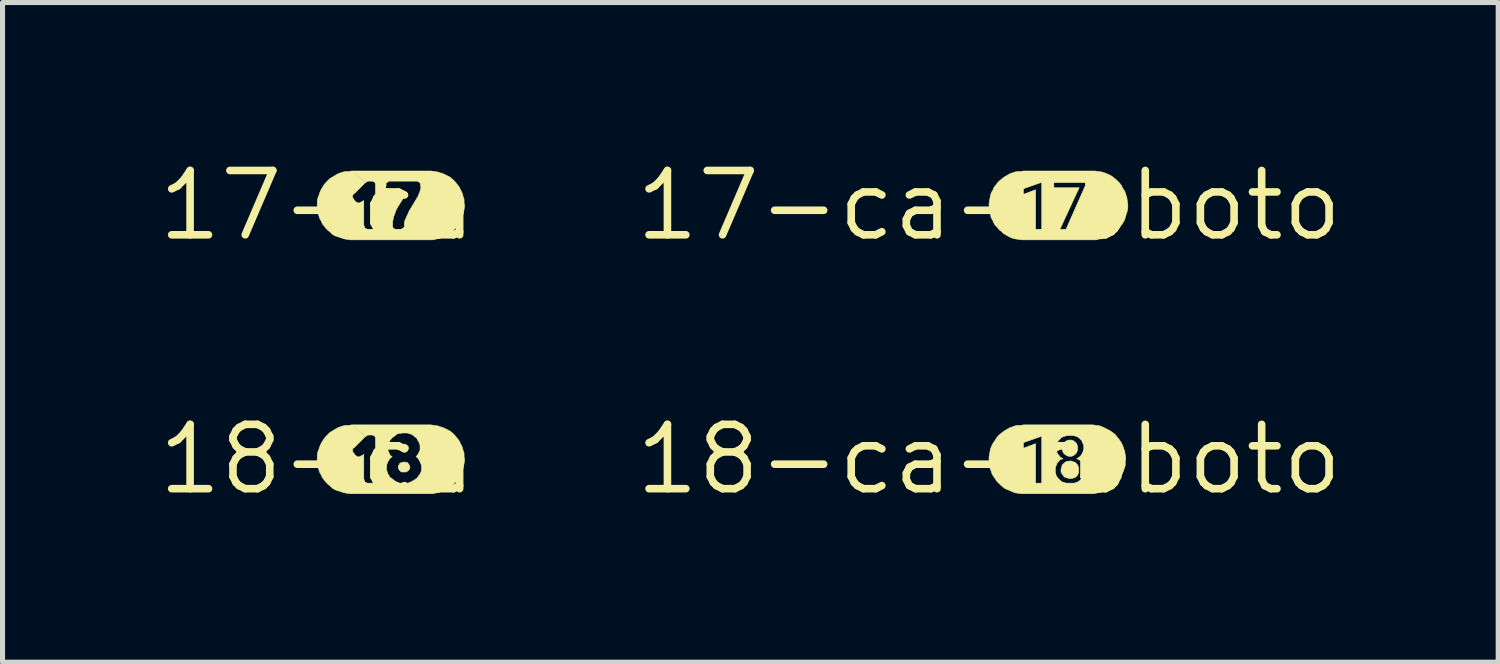
<source format=kicad_pcb>
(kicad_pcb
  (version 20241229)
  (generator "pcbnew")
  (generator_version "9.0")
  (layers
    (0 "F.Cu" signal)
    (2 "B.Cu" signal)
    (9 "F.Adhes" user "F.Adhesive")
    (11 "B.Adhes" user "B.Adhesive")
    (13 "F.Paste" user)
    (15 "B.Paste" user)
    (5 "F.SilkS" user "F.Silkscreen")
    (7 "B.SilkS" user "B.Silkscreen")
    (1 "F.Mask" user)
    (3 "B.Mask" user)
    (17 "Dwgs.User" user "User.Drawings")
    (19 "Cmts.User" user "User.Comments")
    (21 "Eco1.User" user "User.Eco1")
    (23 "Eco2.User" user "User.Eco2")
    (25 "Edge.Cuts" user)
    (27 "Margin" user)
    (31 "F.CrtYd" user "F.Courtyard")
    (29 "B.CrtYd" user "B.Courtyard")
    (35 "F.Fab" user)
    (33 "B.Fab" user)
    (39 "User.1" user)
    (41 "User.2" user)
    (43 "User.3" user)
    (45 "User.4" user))
  (footprint "18-ca-roboto"
    (layer "F.Cu")
    (at 16.478 6.019)
    (property "Reference" "18-ca-roboto" (at 0 0 0) (layer "F.SilkS") (effects (font (size 1.27 1.27) (thickness 0.15))))
    (attr board_only exclude_from_pos_files exclude_from_bom)
    (fp_poly (pts (xy 1.6 -0.38) (xy 1.57 -0.38) (xy 1.54 -0.37) (xy 1.51 -0.35) (xy 1.49 -0.34) (xy 1.47 -0.31) (xy 1.45 -0.29) (xy 1.45 -0.26) (xy 1.44 -0.22) (xy 1.45 -0.19) (xy 1.45 -0.16) (xy 1.47 -0.13) (xy 1.48 -0.11) (xy 1.51 -0.09) (xy 1.54 -0.07) (xy 1.57 -0.06) (xy 1.6 -0.06) (xy 1.63 -0.06) (xy 1.66 -0.07) (xy 1.69 -0.09) (xy 1.71 -0.11) (xy 1.73 -0.13) (xy 1.74 -0.16) (xy 1.75 -0.19) (xy 1.75 -0.22) (xy 1.75 -0.25) (xy 1.74 -0.28) (xy 1.73 -0.31) (xy 1.71 -0.33) (xy 1.69 -0.35) (xy 1.66 -0.37) (xy 1.63 -0.38) (xy 1.6 -0.38)) (stroke (width 0.01) (type solid)) (fill yes) (layer "F.SilkS"))
    (fp_poly (pts (xy 1.77 0.21) (xy 1.77 0.17) (xy 1.76 0.14) (xy 1.75 0.11) (xy 1.73 0.09) (xy 1.7 0.06) (xy 1.67 0.05) (xy 1.64 0.04) (xy 1.6 0.03) (xy 1.57 0.04) (xy 1.53 0.04) (xy 1.5 0.06) (xy 1.48 0.08) (xy 1.45 0.1) (xy 1.44 0.13) (xy 1.43 0.16) (xy 1.42 0.2) (xy 1.42 0.24) (xy 1.43 0.27) (xy 1.45 0.3) (xy 1.47 0.33) (xy 1.49 0.35) (xy 1.52 0.36) (xy 1.55 0.37) (xy 1.59 0.38) (xy 1.63 0.38) (xy 1.66 0.37) (xy 1.7 0.36) (xy 1.72 0.34) (xy 1.75 0.31) (xy 1.76 0.28) (xy 1.77 0.25) (xy 1.77 0.21)) (stroke (width 0.01) (type solid)) (fill yes) (layer "F.SilkS"))
    (fp_poly (pts (xy 0.68 -0.68) (xy 0.62 -0.67) (xy 0.56 -0.67) (xy 0.51 -0.66) (xy 0.46 -0.64) (xy 0.4 -0.62) (xy 0.35 -0.59) (xy 0.3 -0.56) (xy 0.26 -0.53) (xy 0.21 -0.49) (xy 0.17 -0.45) (xy 0.14 -0.41) (xy 0.11 -0.36) (xy 0.08 -0.32) (xy 0.05 -0.26) (xy 0.03 -0.21) (xy 0.02 -0.16) (xy 0.01 -0.1) (xy 0 -0.05) (xy 0 0.01) (xy 0 0.07) (xy 0.01 0.12) (xy 0.02 0.18) (xy 0.04 0.23) (xy 0.06 0.29) (xy 0.09 0.34) (xy 0.12 0.38) (xy 0.15 0.43) (xy 0.19 0.47) (xy 0.23 0.51) (xy 0.28 0.55) (xy 0.32 0.58) (xy 0.37 0.6) (xy 0.44 0.63) (xy 0.51 0.66) (xy 0.58 0.67) (xy 0.65 0.68) (xy 0.92 0.47) (xy 0.92 -0.31) (xy 0.68 -0.22) (xy 0.68 -0.33) (xy 1.02 -0.45) (xy 1.04 -0.45) (xy 1.04 0.47) (xy 1.34 0.34) (xy 1.32 0.31) (xy 1.32 0.29) (xy 1.31 0.26) (xy 1.31 0.23) (xy 1.31 0.19) (xy 1.31 0.15) (xy 1.33 0.12) (xy 1.34 0.08) (xy 1.37 0.05) (xy 1.39 0.02) (xy 1.42 0) (xy 1.46 -0.01) (xy 1.43 -0.03) (xy 1.41 -0.04) (xy 1.39 -0.06) (xy 1.38 -0.08) (xy 1.36 -0.1) (xy 1.35 -0.12) (xy 1.34 -0.14) (xy 1.33 -0.17) (xy 1.33 -0.19) (xy 1.33 -0.22) (xy 1.33 -0.25) (xy 1.33 -0.28) (xy 1.34 -0.3) (xy 1.35 -0.33) (xy 1.36 -0.35) (xy 1.37 -0.37) (xy 1.4 -0.4) (xy 1.43 -0.43) (xy 1.47 -0.45) (xy 1.51 -0.46) (xy 1.55 -0.47) (xy 1.6 -0.47) (xy 1.65 -0.47) (xy 1.7 -0.46) (xy 1.73 -0.45) (xy 1.77 -0.43) (xy 1.8 -0.4) (xy 1.83 -0.37) (xy 1.84 -0.34) (xy 1.86 -0.3) (xy 1.87 -0.27) (xy 1.87 -0.22) (xy 1.87 -0.19) (xy 1.86 -0.16) (xy 1.85 -0.13) (xy 1.84 -0.11) (xy 1.82 -0.08) (xy 1.79 -0.05) (xy 1.76 -0.03) (xy 1.73 -0.01) (xy 1.76 0) (xy 1.78 0.01) (xy 1.81 0.03) (xy 1.83 0.04) (xy 1.84 0.07) (xy 1.86 0.09) (xy 1.87 0.11) (xy 1.88 0.14) (xy 1.89 0.17) (xy 1.89 0.2) (xy 1.89 0.23) (xy 1.89 0.26) (xy 1.88 0.29) (xy 1.87 0.32) (xy 1.86 0.34) (xy 1.84 0.36) (xy 1.83 0.38) (xy 1.81 0.4) (xy 1.79 0.42) (xy 1.76 0.44) (xy 1.74 0.45) (xy 1.71 0.46) (xy 1.68 0.47) (xy 1.65 0.47) (xy 1.62 0.47) (xy 1.58 0.47) (xy 1.55 0.47) (xy 1.52 0.47) (xy 1.49 0.46) (xy 1.46 0.45) (xy 1.43 0.44) (xy 1.41 0.42) (xy 1.39 0.4) (xy 1.37 0.38) (xy 1.35 0.36) (xy 1.34 0.34) (xy 1.04 0.47) (xy 0.92 0.47) (xy 0.65 0.68) (xy 2.02 0.68) (xy 2.06 0.68) (xy 2.11 0.67) (xy 2.15 0.66) (xy 2.19 0.66) (xy 2.23 0.64) (xy 2.27 0.63) (xy 2.3 0.61) (xy 2.34 0.6) (xy 2.38 0.57) (xy 2.41 0.55) (xy 2.44 0.53) (xy 2.47 0.5) (xy 2.5 0.47) (xy 2.53 0.44) (xy 2.56 0.41) (xy 2.58 0.38) (xy 2.6 0.34) (xy 2.62 0.31) (xy 2.65 0.24) (xy 2.67 0.18) (xy 2.69 0.12) (xy 2.69 0.05) (xy 2.7 -0.02) (xy 2.69 -0.08) (xy 2.68 -0.15) (xy 2.66 -0.21) (xy 2.64 -0.27) (xy 2.61 -0.33) (xy 2.57 -0.39) (xy 2.53 -0.44) (xy 2.49 -0.49) (xy 2.44 -0.53) (xy 2.38 -0.57) (xy 2.32 -0.6) (xy 2.26 -0.63) (xy 2.19 -0.66) (xy 2.12 -0.67) (xy 2.05 -0.68) (xy 0.68 -0.68)) (stroke (width 0.01) (type solid)) (fill yes) (layer "F.SilkS")))
  (footprint "17-ca-roboto"
    (layer "F.Cu")
    (at 16.478 1.006)
    (property "Reference" "17-ca-roboto" (at 0 0 0) (layer "F.SilkS") (effects (font (size 1.27 1.27) (thickness 0.15))))
    (attr board_only exclude_from_pos_files exclude_from_bom)
    (fp_poly (pts (xy 0.68 -0.68) (xy 0.62 -0.67) (xy 0.56 -0.67) (xy 0.51 -0.66) (xy 0.45 -0.64) (xy 0.4 -0.62) (xy 0.35 -0.59) (xy 0.3 -0.56) (xy 0.26 -0.53) (xy 0.21 -0.49) (xy 0.17 -0.45) (xy 0.14 -0.41) (xy 0.1 -0.36) (xy 0.08 -0.31) (xy 0.05 -0.26) (xy 0.03 -0.21) (xy 0.02 -0.15) (xy 0.01 -0.1) (xy 0 -0.04) (xy 0 0.02) (xy 0 0.07) (xy 0.01 0.13) (xy 0.03 0.18) (xy 0.04 0.24) (xy 0.07 0.29) (xy 0.09 0.34) (xy 0.12 0.39) (xy 0.16 0.43) (xy 0.2 0.48) (xy 0.24 0.51) (xy 0.28 0.55) (xy 0.33 0.58) (xy 0.38 0.61) (xy 0.44 0.64) (xy 0.51 0.66) (xy 0.58 0.67) (xy 0.65 0.68) (xy 0.92 0.47) (xy 0.92 -0.31) (xy 0.68 -0.22) (xy 0.68 -0.33) (xy 1.02 -0.45) (xy 1.04 -0.45) (xy 1.28 -0.45) (xy 1.9 -0.45) (xy 1.9 -0.39) (xy 1.52 0.47) (xy 1.4 0.47) (xy 1.78 -0.35) (xy 1.28 -0.35) (xy 1.28 -0.45) (xy 1.04 -0.45) (xy 1.04 0.47) (xy 0.92 0.47) (xy 0.65 0.68) (xy 2.06 0.68) (xy 2.11 0.68) (xy 2.15 0.67) (xy 2.19 0.66) (xy 2.23 0.66) (xy 2.27 0.64) (xy 2.31 0.63) (xy 2.35 0.61) (xy 2.39 0.59) (xy 2.42 0.57) (xy 2.46 0.55) (xy 2.49 0.52) (xy 2.52 0.5) (xy 2.55 0.47) (xy 2.58 0.44) (xy 2.6 0.4) (xy 2.63 0.37) (xy 2.65 0.33) (xy 2.67 0.3) (xy 2.69 0.24) (xy 2.71 0.17) (xy 2.73 0.11) (xy 2.74 0.04) (xy 2.74 -0.02) (xy 2.73 -0.09) (xy 2.72 -0.16) (xy 2.7 -0.22) (xy 2.68 -0.28) (xy 2.64 -0.34) (xy 2.61 -0.4) (xy 2.57 -0.45) (xy 2.52 -0.5) (xy 2.47 -0.54) (xy 2.42 -0.58) (xy 2.36 -0.61) (xy 2.29 -0.64) (xy 2.23 -0.66) (xy 2.16 -0.67) (xy 2.09 -0.68) (xy 0.68 -0.68)) (stroke (width 0.01) (type solid)) (fill yes) (layer "F.SilkS")))
  (footprint "17-ca"
    (layer "F.Cu")
    (at 3.213 1.006)
    (property "Reference" "17-ca" (at 0 0 0) (layer "F.SilkS") (effects (font (size 1.27 1.27) (thickness 0.15))))
    (attr board_only exclude_from_pos_files exclude_from_bom)
    (fp_poly (pts (xy 0.68 -0.68) (xy 0.62 -0.67) (xy 0.56 -0.67) (xy 0.51 -0.66) (xy 0.45 -0.64) (xy 0.4 -0.62) (xy 0.35 -0.59) (xy 0.3 -0.56) (xy 0.25 -0.53) (xy 0.21 -0.49) (xy 0.17 -0.45) (xy 0.13 -0.4) (xy 0.1 -0.35) (xy 0.07 -0.3) (xy 0.05 -0.25) (xy 0.03 -0.19) (xy 0.01 -0.14) (xy 0 -0.08) (xy 0 -0.02) (xy 0 0.03) (xy 0.01 0.09) (xy 0.02 0.15) (xy 0.03 0.2) (xy 0.05 0.26) (xy 0.08 0.31) (xy 0.1 0.36) (xy 0.14 0.41) (xy 0.17 0.45) (xy 0.21 0.49) (xy 0.26 0.53) (xy 0.3 0.57) (xy 0.35 0.6) (xy 0.41 0.62) (xy 0.47 0.64) (xy 0.53 0.66) (xy 0.59 0.67) (xy 0.66 0.68) (xy 2.23 0.68) (xy 2.28 0.68) (xy 2.32 0.67) (xy 2.37 0.66) (xy 2.41 0.65) (xy 2.45 0.64) (xy 2.49 0.62) (xy 2.53 0.61) (xy 2.57 0.59) (xy 2.6 0.56) (xy 2.64 0.54) (xy 2.67 0.51) (xy 2.7 0.48) (xy 2.73 0.45) (xy 2.76 0.42) (xy 2.79 0.38) (xy 2.81 0.35) (xy 2.83 0.31) (xy 2.85 0.27) (xy 2.87 0.21) (xy 2.89 0.14) (xy 2.9 0.08) (xy 2.91 0.01) (xy 2.9 -0.05) (xy 2.9 -0.12) (xy 2.88 -0.18) (xy 2.86 -0.25) (xy 2.83 -0.31) (xy 2.8 -0.37) (xy 2.76 -0.42) (xy 2.72 -0.47) (xy 2.67 -0.52) (xy 2.62 -0.56) (xy 2.56 -0.59) (xy 2.5 -0.62) (xy 2.44 -0.64) (xy 2.38 -0.66) (xy 2.31 -0.67) (xy 2.25 -0.68) (xy 0.68 -0.68) (xy 0.96 -0.45) (xy 0.98 -0.47) (xy 1.01 -0.48) (xy 1.03 -0.48) (xy 1.06 -0.48) (xy 1.09 -0.48) (xy 1.13 -0.46) (xy 1.14 -0.45) (xy 1.15 -0.43) (xy 1.36 -0.42) (xy 1.36 -0.44) (xy 1.37 -0.45) (xy 1.38 -0.45) (xy 1.4 -0.47) (xy 1.42 -0.48) (xy 1.45 -0.48) (xy 1.93 -0.48) (xy 1.97 -0.48) (xy 1.99 -0.47) (xy 2 -0.47) (xy 2.01 -0.46) (xy 2.02 -0.45) (xy 2.03 -0.44) (xy 2.04 -0.43) (xy 2.04 -0.41) (xy 2.04 -0.38) (xy 2.05 -0.35) (xy 2.04 -0.33) (xy 2.03 -0.28) (xy 2.01 -0.23) (xy 1.99 -0.18) (xy 1.96 -0.13) (xy 1.81 0.12) (xy 1.79 0.17) (xy 1.77 0.21) (xy 1.75 0.26) (xy 1.73 0.3) (xy 1.72 0.35) (xy 1.72 0.42) (xy 1.71 0.43) (xy 1.7 0.45) (xy 1.69 0.46) (xy 1.68 0.46) (xy 1.66 0.47) (xy 1.64 0.47) (xy 1.6 0.47) (xy 1.57 0.47) (xy 1.54 0.47) (xy 1.52 0.46) (xy 1.5 0.45) (xy 1.5 0.44) (xy 1.49 0.43) (xy 1.49 0.42) (xy 1.49 0.36) (xy 1.49 0.32) (xy 1.5 0.27) (xy 1.51 0.22) (xy 1.53 0.17) (xy 1.55 0.11) (xy 1.58 0.05) (xy 1.66 -0.08) (xy 1.75 -0.21) (xy 1.76 -0.23) (xy 1.77 -0.25) (xy 1.46 -0.25) (xy 1.42 -0.25) (xy 1.39 -0.26) (xy 1.38 -0.27) (xy 1.37 -0.28) (xy 1.36 -0.3) (xy 1.36 -0.32) (xy 1.35 -0.35) (xy 1.36 -0.39) (xy 1.36 -0.42) (xy 1.15 -0.43) (xy 1.15 0.41) (xy 1.14 0.43) (xy 1.13 0.45) (xy 1.11 0.47) (xy 1.08 0.47) (xy 1.05 0.47) (xy 1.01 0.47) (xy 0.99 0.47) (xy 0.97 0.46) (xy 0.96 0.46) (xy 0.95 0.45) (xy 0.93 0.43) (xy 0.93 0.41) (xy 0.92 0.39) (xy 0.92 0.36) (xy 0.92 -0.1) (xy 0.91 -0.09) (xy 0.89 -0.08) (xy 0.87 -0.07) (xy 0.85 -0.06) (xy 0.84 -0.05) (xy 0.82 -0.05) (xy 0.81 -0.05) (xy 0.8 -0.05) (xy 0.78 -0.06) (xy 0.77 -0.07) (xy 0.75 -0.08) (xy 0.74 -0.1) (xy 0.72 -0.12) (xy 0.71 -0.14) (xy 0.7 -0.15) (xy 0.7 -0.17) (xy 0.7 -0.18) (xy 0.7 -0.2) (xy 0.71 -0.22) (xy 0.73 -0.23) (xy 0.95 -0.45) (xy 0.68 -0.68)) (stroke (width 0.01) (type solid)) (fill yes) (layer "F.SilkS")))
  (footprint "18-ca"
    (layer "F.Cu")
    (at 3.213 6.019)
    (property "Reference" "18-ca" (at 0 0 0) (layer "F.SilkS") (effects (font (size 1.27 1.27) (thickness 0.15))))
    (attr board_only exclude_from_pos_files exclude_from_bom)
    (fp_poly (pts (xy 1.8 -0.25) (xy 1.77 -0.28) (xy 1.75 -0.29) (xy 1.74 -0.3) (xy 1.72 -0.3) (xy 1.69 -0.3) (xy 1.67 -0.29) (xy 1.66 -0.29) (xy 1.65 -0.28) (xy 1.64 -0.27) (xy 1.63 -0.26) (xy 1.63 -0.24) (xy 1.63 -0.23) (xy 1.63 -0.22) (xy 1.63 -0.2) (xy 1.64 -0.19) (xy 1.65 -0.18) (xy 1.67 -0.17) (xy 1.68 -0.16) (xy 1.7 -0.16) (xy 1.72 -0.16) (xy 1.74 -0.16) (xy 1.75 -0.16) (xy 1.77 -0.17) (xy 1.78 -0.18) (xy 1.79 -0.19) (xy 1.8 -0.2) (xy 1.8 -0.22) (xy 1.8 -0.25)) (stroke (width 0.01) (type solid)) (fill yes) (layer "F.SilkS"))
    (fp_poly (pts (xy 1.66 0.25) (xy 1.73 0.25) (xy 1.76 0.25) (xy 1.77 0.24) (xy 1.79 0.23) (xy 1.8 0.22) (xy 1.81 0.21) (xy 1.82 0.19) (xy 1.83 0.18) (xy 1.83 0.16) (xy 1.83 0.14) (xy 1.82 0.12) (xy 1.81 0.1) (xy 1.8 0.09) (xy 1.79 0.07) (xy 1.77 0.06) (xy 1.74 0.06) (xy 1.72 0.05) (xy 1.69 0.06) (xy 1.67 0.06) (xy 1.65 0.07) (xy 1.63 0.08) (xy 1.62 0.1) (xy 1.61 0.12) (xy 1.6 0.14) (xy 1.6 0.16) (xy 1.6 0.18) (xy 1.61 0.19) (xy 1.62 0.21) (xy 1.66 0.25)) (stroke (width 0.01) (type solid)) (fill yes) (layer "F.SilkS"))
    (fp_poly (pts (xy 0.68 -0.68) (xy 0.62 -0.67) (xy 0.56 -0.67) (xy 0.51 -0.66) (xy 0.45 -0.64) (xy 0.4 -0.62) (xy 0.35 -0.59) (xy 0.3 -0.56) (xy 0.25 -0.53) (xy 0.21 -0.49) (xy 0.17 -0.45) (xy 0.13 -0.4) (xy 0.1 -0.35) (xy 0.07 -0.3) (xy 0.05 -0.25) (xy 0.03 -0.19) (xy 0.01 -0.14) (xy 0 -0.08) (xy 0 -0.02) (xy 0 0.03) (xy 0.01 0.09) (xy 0.02 0.15) (xy 0.03 0.2) (xy 0.05 0.26) (xy 0.08 0.31) (xy 0.1 0.36) (xy 0.14 0.41) (xy 0.17 0.45) (xy 0.21 0.49) (xy 0.26 0.53) (xy 0.3 0.57) (xy 0.35 0.6) (xy 0.41 0.62) (xy 0.47 0.64) (xy 0.53 0.66) (xy 0.59 0.67) (xy 0.66 0.68) (xy 2.23 0.68) (xy 2.28 0.68) (xy 2.32 0.67) (xy 2.37 0.66) (xy 2.41 0.65) (xy 2.45 0.64) (xy 2.49 0.62) (xy 2.53 0.61) (xy 2.57 0.59) (xy 2.6 0.56) (xy 2.64 0.54) (xy 2.67 0.51) (xy 2.7 0.48) (xy 2.73 0.45) (xy 2.76 0.42) (xy 2.79 0.38) (xy 2.81 0.35) (xy 2.83 0.31) (xy 2.85 0.27) (xy 2.87 0.21) (xy 2.89 0.14) (xy 2.9 0.08) (xy 2.91 0.01) (xy 2.9 -0.05) (xy 2.9 -0.12) (xy 2.88 -0.18) (xy 2.86 -0.25) (xy 2.83 -0.31) (xy 2.8 -0.37) (xy 2.76 -0.42) (xy 2.72 -0.47) (xy 2.67 -0.52) (xy 2.62 -0.56) (xy 2.56 -0.59) (xy 2.5 -0.62) (xy 2.44 -0.64) (xy 2.38 -0.66) (xy 2.31 -0.67) (xy 2.25 -0.68) (xy 0.68 -0.68) (xy 0.96 -0.45) (xy 0.98 -0.47) (xy 1.01 -0.48) (xy 1.03 -0.48) (xy 1.06 -0.48) (xy 1.09 -0.48) (xy 1.13 -0.46) (xy 1.14 -0.45) (xy 1.15 -0.43) (xy 1.15 0.41) (xy 1.4 0.3) (xy 1.39 0.27) (xy 1.38 0.24) (xy 1.37 0.21) (xy 1.37 0.18) (xy 1.37 0.14) (xy 1.37 0.12) (xy 1.38 0.09) (xy 1.39 0.06) (xy 1.4 0.04) (xy 1.42 0.01) (xy 1.44 -0.02) (xy 1.45 -0.03) (xy 1.48 -0.05) (xy 1.44 -0.08) (xy 1.43 -0.1) (xy 1.42 -0.12) (xy 1.41 -0.15) (xy 1.4 -0.17) (xy 1.4 -0.2) (xy 1.4 -0.22) (xy 1.4 -0.25) (xy 1.4 -0.28) (xy 1.41 -0.31) (xy 1.41 -0.33) (xy 1.43 -0.36) (xy 1.44 -0.38) (xy 1.46 -0.4) (xy 1.47 -0.42) (xy 1.5 -0.44) (xy 1.53 -0.46) (xy 1.55 -0.48) (xy 1.58 -0.5) (xy 1.61 -0.51) (xy 1.64 -0.51) (xy 1.68 -0.52) (xy 1.71 -0.52) (xy 1.74 -0.52) (xy 1.78 -0.52) (xy 1.81 -0.51) (xy 1.84 -0.5) (xy 1.87 -0.49) (xy 1.9 -0.47) (xy 1.92 -0.45) (xy 1.95 -0.43) (xy 1.97 -0.41) (xy 1.98 -0.38) (xy 2 -0.36) (xy 2.01 -0.33) (xy 2.02 -0.31) (xy 2.03 -0.28) (xy 2.03 -0.25) (xy 2.03 -0.22) (xy 2.03 -0.2) (xy 2.03 -0.18) (xy 2.01 -0.14) (xy 1.99 -0.1) (xy 1.95 -0.05) (xy 1.97 -0.04) (xy 1.99 -0.02) (xy 2.01 0.01) (xy 2.03 0.05) (xy 2.04 0.07) (xy 2.05 0.1) (xy 2.06 0.12) (xy 2.06 0.15) (xy 2.06 0.2) (xy 2.05 0.25) (xy 2.03 0.29) (xy 2 0.33) (xy 1.97 0.37) (xy 1.93 0.4) (xy 1.88 0.43) (xy 1.84 0.45) (xy 1.79 0.47) (xy 1.74 0.47) (xy 1.68 0.47) (xy 1.63 0.47) (xy 1.58 0.45) (xy 1.54 0.43) (xy 1.5 0.4) (xy 1.46 0.37) (xy 1.43 0.35) (xy 1.42 0.32) (xy 1.4 0.3) (xy 1.15 0.41) (xy 1.14 0.43) (xy 1.13 0.45) (xy 1.11 0.47) (xy 1.08 0.47) (xy 1.05 0.47) (xy 1.01 0.47) (xy 0.99 0.47) (xy 0.97 0.46) (xy 0.96 0.46) (xy 0.95 0.45) (xy 0.93 0.43) (xy 0.93 0.41) (xy 0.92 0.39) (xy 0.92 0.36) (xy 0.92 -0.1) (xy 0.91 -0.09) (xy 0.89 -0.08) (xy 0.87 -0.07) (xy 0.85 -0.06) (xy 0.84 -0.05) (xy 0.82 -0.05) (xy 0.81 -0.05) (xy 0.8 -0.05) (xy 0.78 -0.06) (xy 0.77 -0.07) (xy 0.75 -0.08) (xy 0.74 -0.1) (xy 0.72 -0.12) (xy 0.71 -0.14) (xy 0.7 -0.15) (xy 0.7 -0.17) (xy 0.7 -0.18) (xy 0.7 -0.2) (xy 0.71 -0.22) (xy 0.73 -0.23) (xy 0.95 -0.45) (xy 0.68 -0.68)) (stroke (width 0.01) (type solid)) (fill yes) (layer "F.SilkS")))
  (gr_rect
    (start -3 -3)
    (end 26.531 10.025)
    (stroke (width 0.1) (type default))
    (fill no)
    (layer "Edge.Cuts")))
</source>
